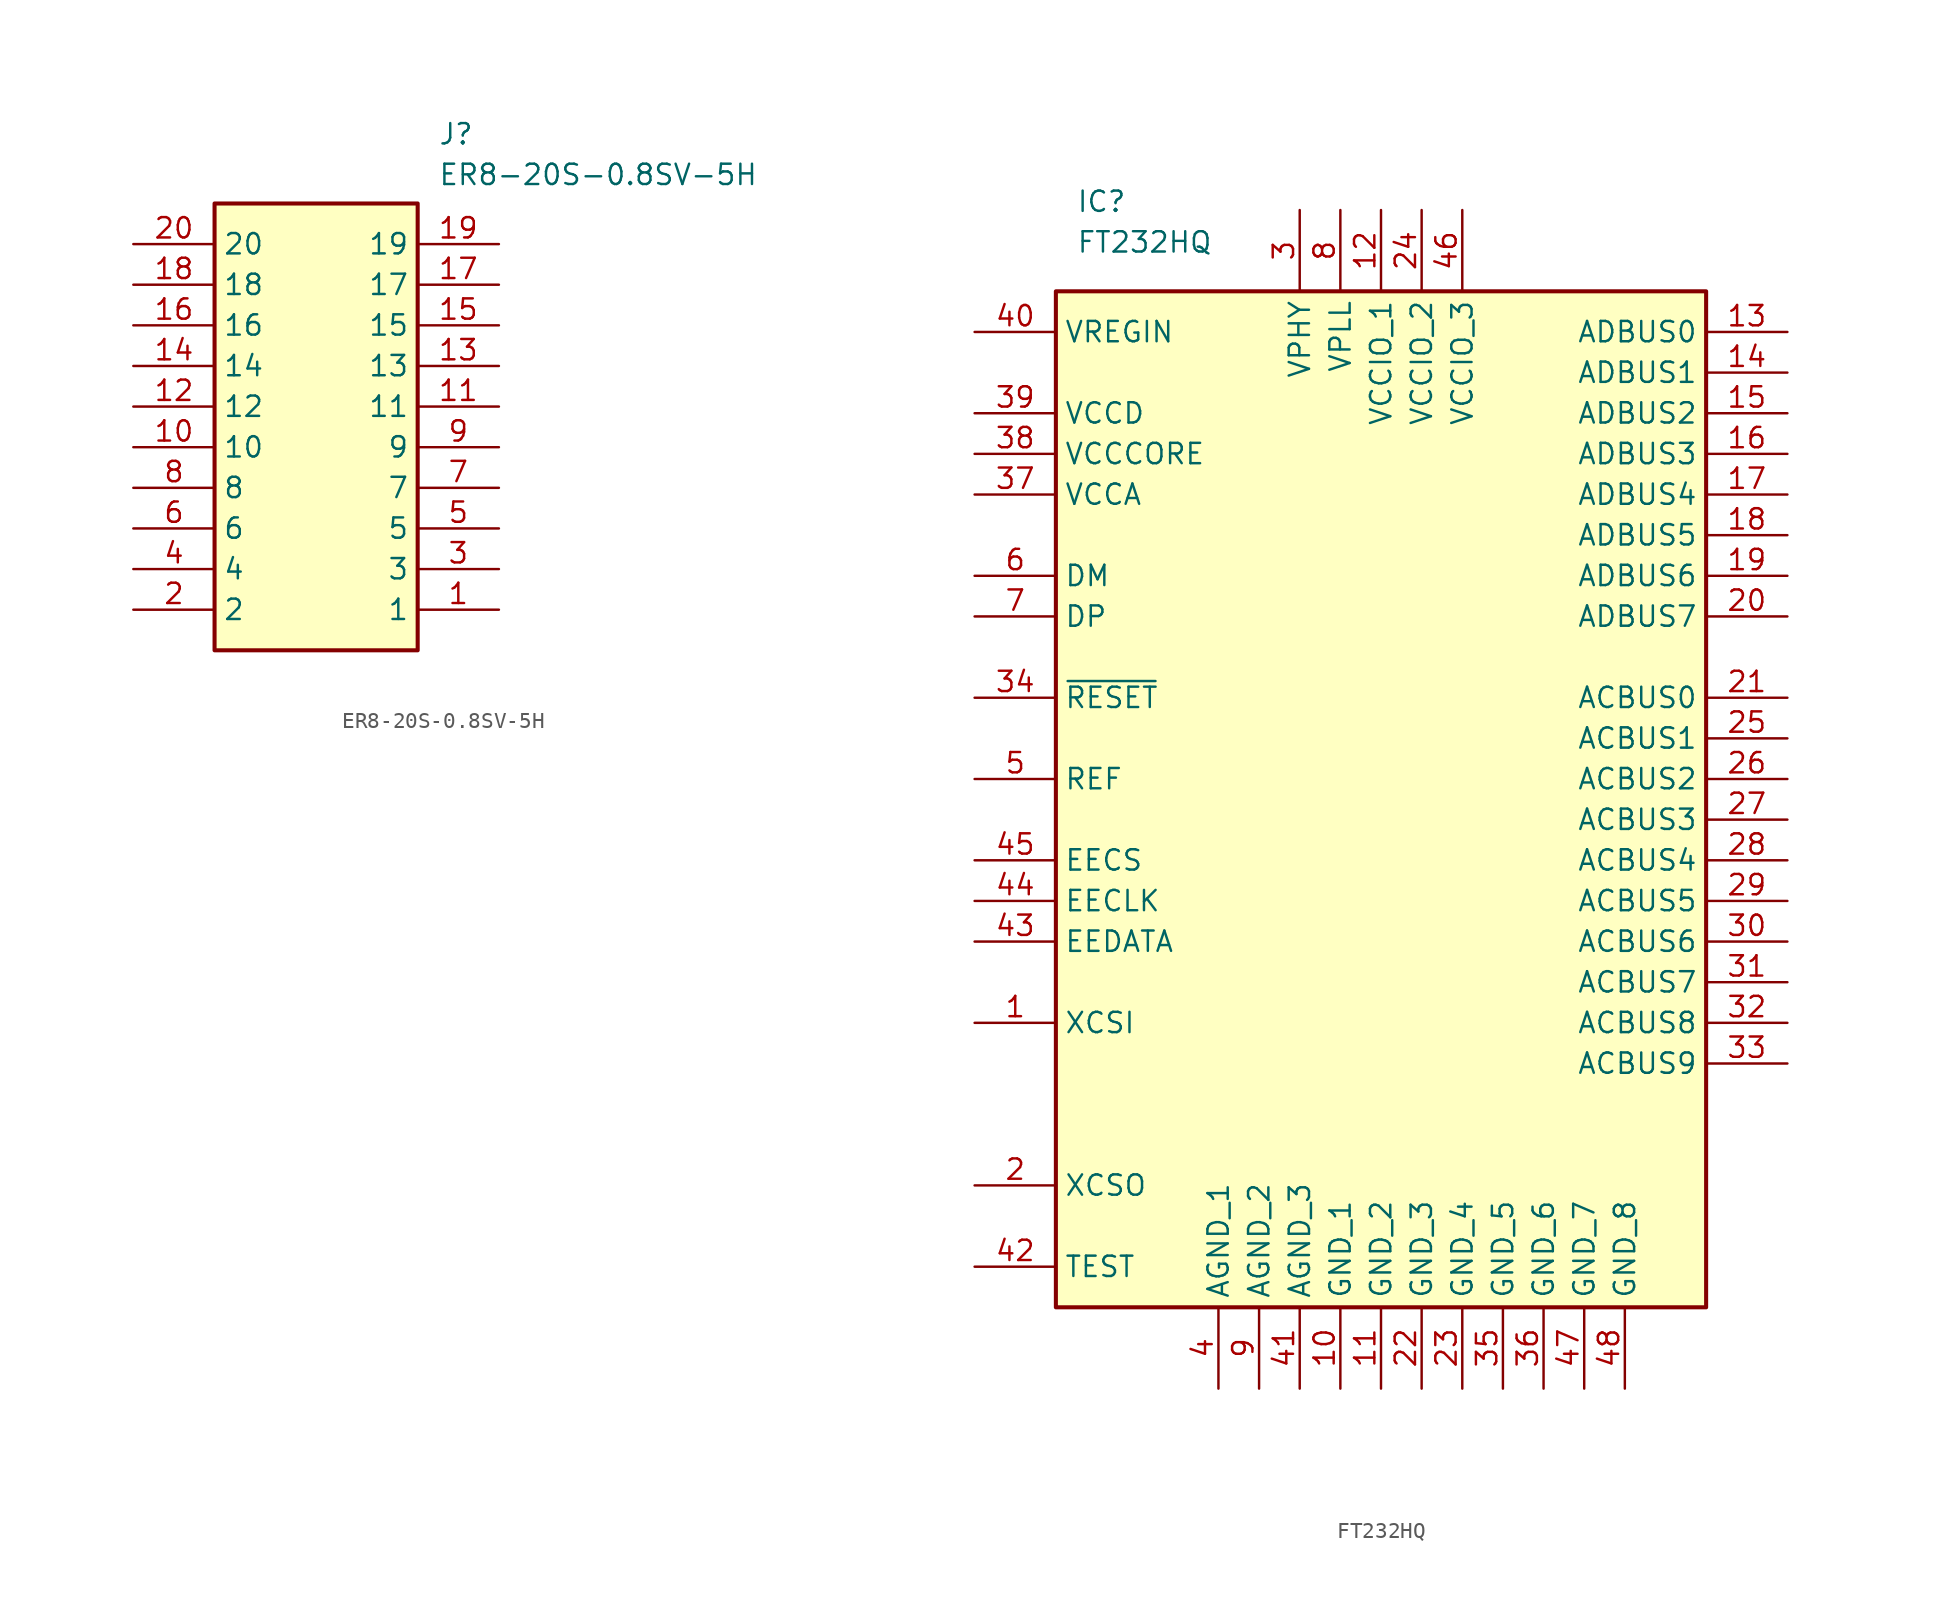
<source format=kicad_sym>
(kicad_symbol_lib
  (version 20220914)
  (generator kicad_symbol_editor)
  (symbol "ER8-20S-0.8SV-5H"
    (property "Reference" "J"
      (at 19.05 7.62 0)
      (effects (font (size 1.27 1.27)) (justify left top)))
    (property "Value" "ER8-20S-0.8SV-5H"
      (at 19.05 5.08 0)
      (effects (font (size 1.27 1.27)) (justify left top)))
    (symbol "ER8-20S-0.8SV-5H_1_1"
      (rectangle (start 5.08 2.54) (end 17.78 -25.4) (stroke (width 0.254) (type default)) (fill (type background)))
      (pin passive line (at 22.86 -22.86 180) (length 5.08) (name "1" (effects (font (size 1.27 1.27)))) (number "1" (effects (font (size 1.27 1.27)))))
      (pin passive line (at 0 -12.7 0) (length 5.08) (name "10" (effects (font (size 1.27 1.27)))) (number "10" (effects (font (size 1.27 1.27)))))
      (pin passive line (at 22.86 -10.16 180) (length 5.08) (name "11" (effects (font (size 1.27 1.27)))) (number "11" (effects (font (size 1.27 1.27)))))
      (pin passive line (at 0 -10.16 0) (length 5.08) (name "12" (effects (font (size 1.27 1.27)))) (number "12" (effects (font (size 1.27 1.27)))))
      (pin passive line (at 22.86 -7.62 180) (length 5.08) (name "13" (effects (font (size 1.27 1.27)))) (number "13" (effects (font (size 1.27 1.27)))))
      (pin passive line (at 0 -7.62 0) (length 5.08) (name "14" (effects (font (size 1.27 1.27)))) (number "14" (effects (font (size 1.27 1.27)))))
      (pin passive line (at 22.86 -5.08 180) (length 5.08) (name "15" (effects (font (size 1.27 1.27)))) (number "15" (effects (font (size 1.27 1.27)))))
      (pin passive line (at 0 -5.08 0) (length 5.08) (name "16" (effects (font (size 1.27 1.27)))) (number "16" (effects (font (size 1.27 1.27)))))
      (pin passive line (at 22.86 -2.54 180) (length 5.08) (name "17" (effects (font (size 1.27 1.27)))) (number "17" (effects (font (size 1.27 1.27)))))
      (pin passive line (at 0 -2.54 0) (length 5.08) (name "18" (effects (font (size 1.27 1.27)))) (number "18" (effects (font (size 1.27 1.27)))))
      (pin passive line (at 22.86 0 180) (length 5.08) (name "19" (effects (font (size 1.27 1.27)))) (number "19" (effects (font (size 1.27 1.27)))))
      (pin passive line (at 0 -22.86 0) (length 5.08) (name "2" (effects (font (size 1.27 1.27)))) (number "2" (effects (font (size 1.27 1.27)))))
      (pin passive line (at 0 0 0) (length 5.08) (name "20" (effects (font (size 1.27 1.27)))) (number "20" (effects (font (size 1.27 1.27)))))
      (pin passive line (at 22.86 -20.32 180) (length 5.08) (name "3" (effects (font (size 1.27 1.27)))) (number "3" (effects (font (size 1.27 1.27)))))
      (pin passive line (at 0 -20.32 0) (length 5.08) (name "4" (effects (font (size 1.27 1.27)))) (number "4" (effects (font (size 1.27 1.27)))))
      (pin passive line (at 22.86 -17.78 180) (length 5.08) (name "5" (effects (font (size 1.27 1.27)))) (number "5" (effects (font (size 1.27 1.27)))))
      (pin passive line (at 0 -17.78 0) (length 5.08) (name "6" (effects (font (size 1.27 1.27)))) (number "6" (effects (font (size 1.27 1.27)))))
      (pin passive line (at 22.86 -15.24 180) (length 5.08) (name "7" (effects (font (size 1.27 1.27)))) (number "7" (effects (font (size 1.27 1.27)))))
      (pin passive line (at 0 -15.24 0) (length 5.08) (name "8" (effects (font (size 1.27 1.27)))) (number "8" (effects (font (size 1.27 1.27)))))
      (pin passive line (at 22.86 -12.7 180) (length 5.08) (name "9" (effects (font (size 1.27 1.27)))) (number "9" (effects (font (size 1.27 1.27)))))))
  (symbol "FT232HQ"
    (property "Reference" "IC"
      (at -19.05 35.56 0)
      (effects (font (size 1.27 1.27)) (justify left top)))
    (property "Value" "FT232HQ"
      (at -19.05 33.02 0)
      (effects (font (size 1.27 1.27)) (justify left top)))
    (symbol "FT232HQ_1_1"
      (rectangle (start -20.32 29.21) (end 20.32 -34.29) (stroke (width 0.254) (type default)) (fill (type background)))
      (pin passive line (at -25.4 -16.51 0) (length 5.08) (name "XCSI" (effects (font (size 1.27 1.27)))) (number "1" (effects (font (size 1.27 1.27)))))
      (pin passive line (at -2.54 -39.37 90) (length 5.08) (name "GND_1" (effects (font (size 1.27 1.27)))) (number "10" (effects (font (size 1.27 1.27)))))
      (pin passive line (at 0 -39.37 90) (length 5.08) (name "GND_2" (effects (font (size 1.27 1.27)))) (number "11" (effects (font (size 1.27 1.27)))))
      (pin passive line (at 0 34.29 270) (length 5.08) (name "VCCIO_1" (effects (font (size 1.27 1.27)))) (number "12" (effects (font (size 1.27 1.27)))))
      (pin passive line (at 25.4 26.67 180) (length 5.08) (name "ADBUS0" (effects (font (size 1.27 1.27)))) (number "13" (effects (font (size 1.27 1.27)))))
      (pin passive line (at 25.4 24.13 180) (length 5.08) (name "ADBUS1" (effects (font (size 1.27 1.27)))) (number "14" (effects (font (size 1.27 1.27)))))
      (pin passive line (at 25.4 21.59 180) (length 5.08) (name "ADBUS2" (effects (font (size 1.27 1.27)))) (number "15" (effects (font (size 1.27 1.27)))))
      (pin passive line (at 25.4 19.05 180) (length 5.08) (name "ADBUS3" (effects (font (size 1.27 1.27)))) (number "16" (effects (font (size 1.27 1.27)))))
      (pin passive line (at 25.4 16.51 180) (length 5.08) (name "ADBUS4" (effects (font (size 1.27 1.27)))) (number "17" (effects (font (size 1.27 1.27)))))
      (pin passive line (at 25.4 13.97 180) (length 5.08) (name "ADBUS5" (effects (font (size 1.27 1.27)))) (number "18" (effects (font (size 1.27 1.27)))))
      (pin passive line (at 25.4 11.43 180) (length 5.08) (name "ADBUS6" (effects (font (size 1.27 1.27)))) (number "19" (effects (font (size 1.27 1.27)))))
      (pin passive line (at -25.4 -26.67 0) (length 5.08) (name "XCSO" (effects (font (size 1.27 1.27)))) (number "2" (effects (font (size 1.27 1.27)))))
      (pin passive line (at 25.4 8.89 180) (length 5.08) (name "ADBUS7" (effects (font (size 1.27 1.27)))) (number "20" (effects (font (size 1.27 1.27)))))
      (pin passive line (at 25.4 3.81 180) (length 5.08) (name "ACBUS0" (effects (font (size 1.27 1.27)))) (number "21" (effects (font (size 1.27 1.27)))))
      (pin passive line (at 2.54 -39.37 90) (length 5.08) (name "GND_3" (effects (font (size 1.27 1.27)))) (number "22" (effects (font (size 1.27 1.27)))))
      (pin passive line (at 5.08 -39.37 90) (length 5.08) (name "GND_4" (effects (font (size 1.27 1.27)))) (number "23" (effects (font (size 1.27 1.27)))))
      (pin passive line (at 2.54 34.29 270) (length 5.08) (name "VCCIO_2" (effects (font (size 1.27 1.27)))) (number "24" (effects (font (size 1.27 1.27)))))
      (pin passive line (at 25.4 1.27 180) (length 5.08) (name "ACBUS1" (effects (font (size 1.27 1.27)))) (number "25" (effects (font (size 1.27 1.27)))))
      (pin passive line (at 25.4 -1.27 180) (length 5.08) (name "ACBUS2" (effects (font (size 1.27 1.27)))) (number "26" (effects (font (size 1.27 1.27)))))
      (pin passive line (at 25.4 -3.81 180) (length 5.08) (name "ACBUS3" (effects (font (size 1.27 1.27)))) (number "27" (effects (font (size 1.27 1.27)))))
      (pin passive line (at 25.4 -6.35 180) (length 5.08) (name "ACBUS4" (effects (font (size 1.27 1.27)))) (number "28" (effects (font (size 1.27 1.27)))))
      (pin passive line (at 25.4 -8.89 180) (length 5.08) (name "ACBUS5" (effects (font (size 1.27 1.27)))) (number "29" (effects (font (size 1.27 1.27)))))
      (pin passive line (at -5.08 34.29 270) (length 5.08) (name "VPHY" (effects (font (size 1.27 1.27)))) (number "3" (effects (font (size 1.27 1.27)))))
      (pin passive line (at 25.4 -11.43 180) (length 5.08) (name "ACBUS6" (effects (font (size 1.27 1.27)))) (number "30" (effects (font (size 1.27 1.27)))))
      (pin passive line (at 25.4 -13.97 180) (length 5.08) (name "ACBUS7" (effects (font (size 1.27 1.27)))) (number "31" (effects (font (size 1.27 1.27)))))
      (pin passive line (at 25.4 -16.51 180) (length 5.08) (name "ACBUS8" (effects (font (size 1.27 1.27)))) (number "32" (effects (font (size 1.27 1.27)))))
      (pin passive line (at 25.4 -19.05 180) (length 5.08) (name "ACBUS9" (effects (font (size 1.27 1.27)))) (number "33" (effects (font (size 1.27 1.27)))))
      (pin passive line (at -25.4 3.81 0) (length 5.08) (name "~{RESET}" (effects (font (size 1.27 1.27)))) (number "34" (effects (font (size 1.27 1.27)))))
      (pin passive line (at 7.62 -39.37 90) (length 5.08) (name "GND_5" (effects (font (size 1.27 1.27)))) (number "35" (effects (font (size 1.27 1.27)))))
      (pin passive line (at 10.16 -39.37 90) (length 5.08) (name "GND_6" (effects (font (size 1.27 1.27)))) (number "36" (effects (font (size 1.27 1.27)))))
      (pin passive line (at -25.4 16.51 0) (length 5.08) (name "VCCA" (effects (font (size 1.27 1.27)))) (number "37" (effects (font (size 1.27 1.27)))))
      (pin passive line (at -25.4 19.05 0) (length 5.08) (name "VCCCORE" (effects (font (size 1.27 1.27)))) (number "38" (effects (font (size 1.27 1.27)))))
      (pin passive line (at -25.4 21.59 0) (length 5.08) (name "VCCD" (effects (font (size 1.27 1.27)))) (number "39" (effects (font (size 1.27 1.27)))))
      (pin passive line (at -10.16 -39.37 90) (length 5.08) (name "AGND_1" (effects (font (size 1.27 1.27)))) (number "4" (effects (font (size 1.27 1.27)))))
      (pin passive line (at -25.4 26.67 0) (length 5.08) (name "VREGIN" (effects (font (size 1.27 1.27)))) (number "40" (effects (font (size 1.27 1.27)))))
      (pin passive line (at -5.08 -39.37 90) (length 5.08) (name "AGND_3" (effects (font (size 1.27 1.27)))) (number "41" (effects (font (size 1.27 1.27)))))
      (pin passive line (at -25.4 -31.75 0) (length 5.08) (name "TEST" (effects (font (size 1.27 1.27)))) (number "42" (effects (font (size 1.27 1.27)))))
      (pin passive line (at -25.4 -11.43 0) (length 5.08) (name "EEDATA" (effects (font (size 1.27 1.27)))) (number "43" (effects (font (size 1.27 1.27)))))
      (pin passive line (at -25.4 -8.89 0) (length 5.08) (name "EECLK" (effects (font (size 1.27 1.27)))) (number "44" (effects (font (size 1.27 1.27)))))
      (pin passive line (at -25.4 -6.35 0) (length 5.08) (name "EECS" (effects (font (size 1.27 1.27)))) (number "45" (effects (font (size 1.27 1.27)))))
      (pin passive line (at 5.08 34.29 270) (length 5.08) (name "VCCIO_3" (effects (font (size 1.27 1.27)))) (number "46" (effects (font (size 1.27 1.27)))))
      (pin passive line (at 12.7 -39.37 90) (length 5.08) (name "GND_7" (effects (font (size 1.27 1.27)))) (number "47" (effects (font (size 1.27 1.27)))))
      (pin passive line (at 15.24 -39.37 90) (length 5.08) (name "GND_8" (effects (font (size 1.27 1.27)))) (number "48" (effects (font (size 1.27 1.27)))))
      (pin passive line (at -25.4 -1.27 0) (length 5.08) (name "REF" (effects (font (size 1.27 1.27)))) (number "5" (effects (font (size 1.27 1.27)))))
      (pin passive line (at -25.4 11.43 0) (length 5.08) (name "DM" (effects (font (size 1.27 1.27)))) (number "6" (effects (font (size 1.27 1.27)))))
      (pin passive line (at -25.4 8.89 0) (length 5.08) (name "DP" (effects (font (size 1.27 1.27)))) (number "7" (effects (font (size 1.27 1.27)))))
      (pin passive line (at -2.54 34.29 270) (length 5.08) (name "VPLL" (effects (font (size 1.27 1.27)))) (number "8" (effects (font (size 1.27 1.27)))))
      (pin passive line (at -7.62 -39.37 90) (length 5.08) (name "AGND_2" (effects (font (size 1.27 1.27)))) (number "9" (effects (font (size 1.27 1.27))))))))
</source>
